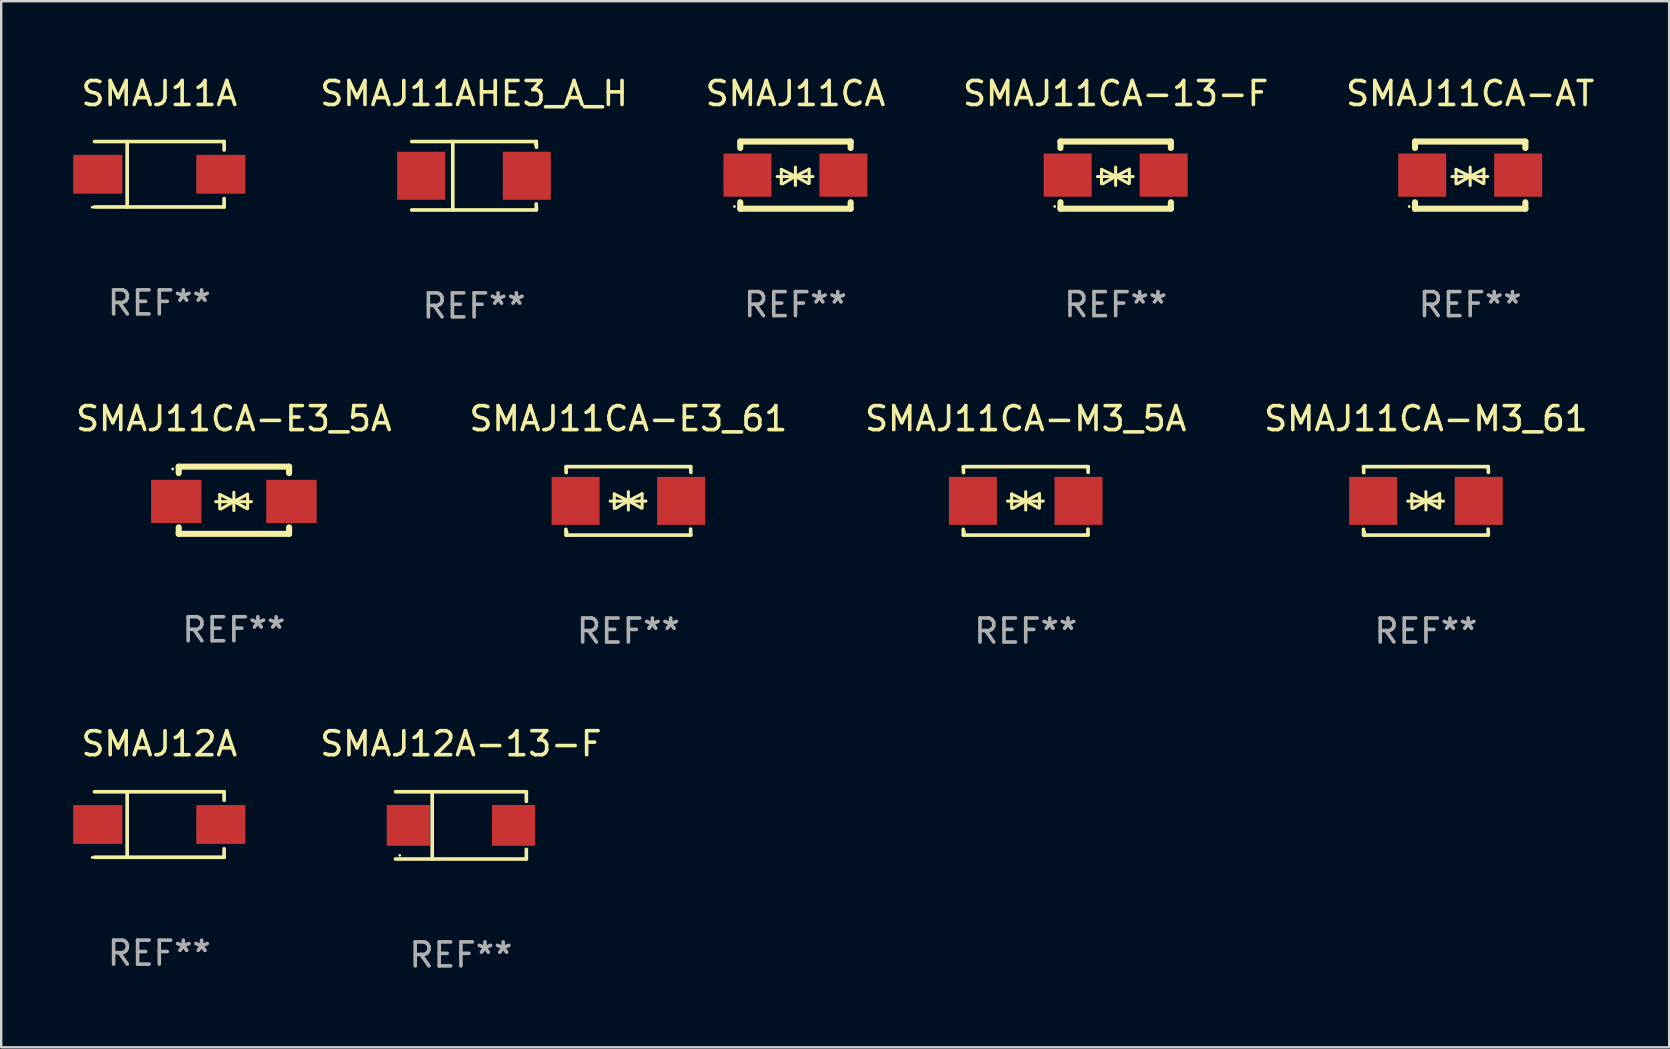
<source format=kicad_pcb>
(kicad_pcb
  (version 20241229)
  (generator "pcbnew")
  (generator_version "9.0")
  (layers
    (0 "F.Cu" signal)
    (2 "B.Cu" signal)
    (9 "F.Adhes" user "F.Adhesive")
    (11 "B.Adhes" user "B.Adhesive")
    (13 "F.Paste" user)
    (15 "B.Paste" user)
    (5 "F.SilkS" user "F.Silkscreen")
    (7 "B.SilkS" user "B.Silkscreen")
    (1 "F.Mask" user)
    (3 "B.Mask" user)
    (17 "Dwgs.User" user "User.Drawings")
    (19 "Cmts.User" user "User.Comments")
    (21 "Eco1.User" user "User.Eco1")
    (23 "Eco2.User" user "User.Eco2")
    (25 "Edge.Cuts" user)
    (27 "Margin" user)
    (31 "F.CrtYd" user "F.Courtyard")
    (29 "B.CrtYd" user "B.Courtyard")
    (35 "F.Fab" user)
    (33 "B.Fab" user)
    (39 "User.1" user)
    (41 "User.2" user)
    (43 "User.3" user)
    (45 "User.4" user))
  (footprint "SMAJ11CA-E3_61"
    (layer "F.Cu")
    (at 23.137 17.823)
    (property "Reference" "SMAJ11CA-E3_61" (at 0 -3.426 0) (layer "F.SilkS") (effects (font (size 1 1) (thickness 0.15))))
    (attr through_hole)
    (fp_line (start -2.596 -1.426) (end 2.596 -1.426) (stroke (width 0.152) (type solid)) (layer "F.SilkS"))
    (fp_line (start -2.596 1.426) (end -2.603 1.187) (stroke (width 0.152) (type solid)) (layer "F.SilkS"))
    (fp_line (start -2.596 1.426) (end 2.596 1.426) (stroke (width 0.152) (type solid)) (layer "F.SilkS"))
    (fp_line (start -2.593 -1.176) (end -2.6 -1.415) (stroke (width 0.152) (type solid)) (layer "F.SilkS"))
    (fp_line (start -0.758 0.011) (end 0.732 0.011) (stroke (width 0.127) (type solid)) (layer "F.SilkS"))
    (fp_line (start -0.588 -0.289) (end -0.588 0.311) (stroke (width 0.127) (type solid)) (layer "F.SilkS"))
    (fp_line (start -0.588 -0.289) (end 0 0) (stroke (width 0.127) (type solid)) (layer "F.SilkS"))
    (fp_line (start -0.528 0.311) (end 0 0) (stroke (width 0.127) (type solid)) (layer "F.SilkS"))
    (fp_line (start 0 0) (end 0 -0.381) (stroke (width 0.127) (type solid)) (layer "F.SilkS"))
    (fp_line (start 0 0) (end 0 0.381) (stroke (width 0.127) (type solid)) (layer "F.SilkS"))
    (fp_line (start 0.542 0.301) (end 0 0) (stroke (width 0.127) (type solid)) (layer "F.SilkS"))
    (fp_line (start 0.572 -0.299) (end 0 0) (stroke (width 0.127) (type solid)) (layer "F.SilkS"))
    (fp_line (start 0.572 -0.299) (end 0.572 0.301) (stroke (width 0.127) (type solid)) (layer "F.SilkS"))
    (fp_line (start 2.593 1.176) (end 2.6 1.415) (stroke (width 0.152) (type solid)) (layer "F.SilkS"))
    (fp_line (start 2.596 -1.426) (end 2.603 -1.187) (stroke (width 0.152) (type solid)) (layer "F.SilkS"))
    (fp_circle (center -2.55 1.3) (end -2.52 1.3) (stroke (width 0.06) (type solid)) (fill no) (layer "F.SilkS"))
    (fp_text user "REF**" (at 0 5.426 0) (layer "F.Fab") (effects (font (size 1 1) (thickness 0.15))))
    (pad "1" smd rect (at -2.2 0 180) (size 2 2) (layers "F.Cu" "F.Mask" "F.Paste"))
    (pad "2" smd rect (at 2.2 0 180) (size 2 2) (layers "F.Cu" "F.Mask" "F.Paste")))
  (footprint "SMAJ11CA-13-F"
    (layer "F.Cu")
    (at 43.445 4.248)
    (property "Reference" "SMAJ11CA-13-F" (at 0 -3.4 0) (layer "F.SilkS") (effects (font (size 1 1) (thickness 0.15))))
    (attr through_hole)
    (fp_line (start -2.3 -1.4) (end -2.3 -1.131) (stroke (width 0.254) (type solid)) (layer "F.SilkS"))
    (fp_line (start -2.3 -1.4) (end 2.3 -1.4) (stroke (width 0.254) (type solid)) (layer "F.SilkS"))
    (fp_line (start -2.3 1.131) (end -2.3 1.4) (stroke (width 0.254) (type solid)) (layer "F.SilkS"))
    (fp_line (start -2.3 1.4) (end 2.3 1.4) (stroke (width 0.254) (type solid)) (layer "F.SilkS"))
    (fp_line (start -0.76 0.06) (end 0.73 0.06) (stroke (width 0.127) (type solid)) (layer "F.SilkS"))
    (fp_line (start -0.59 -0.24) (end -0.59 0.36) (stroke (width 0.127) (type solid)) (layer "F.SilkS"))
    (fp_line (start -0.59 -0.24) (end -0.002 0.049) (stroke (width 0.127) (type solid)) (layer "F.SilkS"))
    (fp_line (start -0.53 0.36) (end -0.002 0.049) (stroke (width 0.127) (type solid)) (layer "F.SilkS"))
    (fp_line (start -0.002 0.049) (end -0.002 -0.332) (stroke (width 0.127) (type solid)) (layer "F.SilkS"))
    (fp_line (start -0.002 0.049) (end -0.002 0.43) (stroke (width 0.127) (type solid)) (layer "F.SilkS"))
    (fp_line (start 0.54 0.35) (end -0.002 0.049) (stroke (width 0.127) (type solid)) (layer "F.SilkS"))
    (fp_line (start 0.57 -0.25) (end -0.002 0.049) (stroke (width 0.127) (type solid)) (layer "F.SilkS"))
    (fp_line (start 0.57 -0.25) (end 0.57 0.35) (stroke (width 0.127) (type solid)) (layer "F.SilkS"))
    (fp_line (start 2.3 -1.4) (end 2.3 -1.131) (stroke (width 0.254) (type solid)) (layer "F.SilkS"))
    (fp_line (start 2.3 1.131) (end 2.3 1.4) (stroke (width 0.254) (type solid)) (layer "F.SilkS"))
    (fp_circle (center -2.542 1.308) (end -2.512 1.308) (stroke (width 0.06) (type solid)) (fill no) (layer "F.SilkS"))
    (fp_text user "REF**" (at 0 5.4 0) (layer "F.Fab") (effects (font (size 1 1) (thickness 0.15))))
    (pad "1" smd rect (at -2 0) (size 2 1.8) (layers "F.Cu" "F.Mask" "F.Paste"))
    (pad "2" smd rect (at 2 0) (size 2 1.8) (layers "F.Cu" "F.Mask" "F.Paste")))
  (footprint "SMAJ11A"
    (layer "F.Cu")
    (at 3.589 4.212)
    (property "Reference" "SMAJ11A" (at 0 -3.364 0) (layer "F.SilkS") (effects (font (size 1 1) (thickness 0.15))))
    (attr through_hole)
    (fp_line (start -2.701 -1.364) (end 2.701 -1.364) (stroke (width 0.152) (type solid)) (layer "F.SilkS"))
    (fp_line (start -2.701 1.364) (end 2.701 1.364) (stroke (width 0.152) (type solid)) (layer "F.SilkS"))
    (fp_line (start -1.339 -1.364) (end -1.339 1.364) (stroke (width 0.152) (type solid)) (layer "F.SilkS"))
    (fp_line (start 2.701 -1.364) (end 2.701 -1.013) (stroke (width 0.152) (type solid)) (layer "F.SilkS"))
    (fp_line (start 2.701 1.364) (end 2.701 1.013) (stroke (width 0.152) (type solid)) (layer "F.SilkS"))
    (fp_circle (center -2.8 1.375) (end -2.77 1.375) (stroke (width 0.06) (type solid)) (fill no) (layer "F.SilkS"))
    (fp_text user "REF**" (at 0 5.364 0) (layer "F.Fab") (effects (font (size 1 1) (thickness 0.15))))
    (pad "1" smd rect (at -2.565 -0.000025) (size 2.046 1.62) (layers "F.Cu" "F.Mask" "F.Paste"))
    (pad "2" smd rect (at 2.565 -0.000025) (size 2.046 1.62) (layers "F.Cu" "F.Mask" "F.Paste")))
  (footprint "SMAJ11AHE3_A_H"
    (layer "F.Cu")
    (at 16.707 4.274)
    (property "Reference" "SMAJ11AHE3_A_H" (at 0 -3.426 0) (layer "F.SilkS") (effects (font (size 1 1) (thickness 0.15))))
    (attr through_hole)
    (fp_line (start -2.6 -1.426) (end 2.593 -1.426) (stroke (width 0.152) (type solid)) (layer "F.SilkS"))
    (fp_line (start -2.6 1.426) (end 2.593 1.426) (stroke (width 0.152) (type solid)) (layer "F.SilkS"))
    (fp_line (start -0.887 -1.426) (end -0.887 1.426) (stroke (width 0.152) (type solid)) (layer "F.SilkS"))
    (fp_line (start 2.59 1.176) (end 2.597 1.415) (stroke (width 0.152) (type solid)) (layer "F.SilkS"))
    (fp_line (start 2.593 -1.426) (end 2.6 -1.187) (stroke (width 0.152) (type solid)) (layer "F.SilkS"))
    (fp_circle (center 2.547 -1.3) (end 2.577 -1.3) (stroke (width 0.06) (type solid)) (fill no) (layer "F.SilkS"))
    (fp_text user "REF**" (at 0 5.426 0) (layer "F.Fab") (effects (font (size 1 1) (thickness 0.15))))
    (pad "1" smd rect (at 2.197 -0.000025 180) (size 2 2) (layers "F.Cu" "F.Mask" "F.Paste"))
    (pad "2" smd rect (at -2.203 -0.000025 180) (size 2 2) (layers "F.Cu" "F.Mask" "F.Paste")))
  (footprint "SMAJ11CA"
    (layer "F.Cu")
    (at 30.1 4.248)
    (property "Reference" "SMAJ11CA" (at 0 -3.4 0) (layer "F.SilkS") (effects (font (size 1 1) (thickness 0.15))))
    (attr through_hole)
    (fp_line (start -2.3 -1.4) (end -2.3 -1.131) (stroke (width 0.254) (type solid)) (layer "F.SilkS"))
    (fp_line (start -2.3 -1.4) (end 2.3 -1.4) (stroke (width 0.254) (type solid)) (layer "F.SilkS"))
    (fp_line (start -2.3 1.131) (end -2.3 1.4) (stroke (width 0.254) (type solid)) (layer "F.SilkS"))
    (fp_line (start -2.3 1.4) (end 2.3 1.4) (stroke (width 0.254) (type solid)) (layer "F.SilkS"))
    (fp_line (start -0.76 0.06) (end 0.73 0.06) (stroke (width 0.127) (type solid)) (layer "F.SilkS"))
    (fp_line (start -0.59 -0.24) (end -0.59 0.36) (stroke (width 0.127) (type solid)) (layer "F.SilkS"))
    (fp_line (start -0.59 -0.24) (end -0.002 0.049) (stroke (width 0.127) (type solid)) (layer "F.SilkS"))
    (fp_line (start -0.53 0.36) (end -0.002 0.049) (stroke (width 0.127) (type solid)) (layer "F.SilkS"))
    (fp_line (start -0.002 0.049) (end -0.002 -0.332) (stroke (width 0.127) (type solid)) (layer "F.SilkS"))
    (fp_line (start -0.002 0.049) (end -0.002 0.43) (stroke (width 0.127) (type solid)) (layer "F.SilkS"))
    (fp_line (start 0.54 0.35) (end -0.002 0.049) (stroke (width 0.127) (type solid)) (layer "F.SilkS"))
    (fp_line (start 0.57 -0.25) (end -0.002 0.049) (stroke (width 0.127) (type solid)) (layer "F.SilkS"))
    (fp_line (start 0.57 -0.25) (end 0.57 0.35) (stroke (width 0.127) (type solid)) (layer "F.SilkS"))
    (fp_line (start 2.3 -1.4) (end 2.3 -1.131) (stroke (width 0.254) (type solid)) (layer "F.SilkS"))
    (fp_line (start 2.3 1.131) (end 2.3 1.4) (stroke (width 0.254) (type solid)) (layer "F.SilkS"))
    (fp_circle (center -2.542 1.308) (end -2.512 1.308) (stroke (width 0.06) (type solid)) (fill no) (layer "F.SilkS"))
    (fp_text user "REF**" (at 0 5.4 0) (layer "F.Fab") (effects (font (size 1 1) (thickness 0.15))))
    (pad "1" smd rect (at -2 0) (size 2 1.8) (layers "F.Cu" "F.Mask" "F.Paste"))
    (pad "2" smd rect (at 2 0) (size 2 1.8) (layers "F.Cu" "F.Mask" "F.Paste")))
  (footprint "SMAJ11CA-M3_5A"
    (layer "F.Cu")
    (at 39.696 17.823)
    (property "Reference" "SMAJ11CA-M3_5A" (at 0 -3.426 0) (layer "F.SilkS") (effects (font (size 1 1) (thickness 0.15))))
    (attr through_hole)
    (fp_line (start -2.596 -1.426) (end 2.596 -1.426) (stroke (width 0.152) (type solid)) (layer "F.SilkS"))
    (fp_line (start -2.596 1.426) (end -2.603 1.187) (stroke (width 0.152) (type solid)) (layer "F.SilkS"))
    (fp_line (start -2.596 1.426) (end 2.596 1.426) (stroke (width 0.152) (type solid)) (layer "F.SilkS"))
    (fp_line (start -2.593 -1.176) (end -2.6 -1.415) (stroke (width 0.152) (type solid)) (layer "F.SilkS"))
    (fp_line (start -0.758 0.011) (end 0.732 0.011) (stroke (width 0.127) (type solid)) (layer "F.SilkS"))
    (fp_line (start -0.588 -0.289) (end -0.588 0.311) (stroke (width 0.127) (type solid)) (layer "F.SilkS"))
    (fp_line (start -0.588 -0.289) (end 0 0) (stroke (width 0.127) (type solid)) (layer "F.SilkS"))
    (fp_line (start -0.528 0.311) (end 0 0) (stroke (width 0.127) (type solid)) (layer "F.SilkS"))
    (fp_line (start 0 0) (end 0 -0.381) (stroke (width 0.127) (type solid)) (layer "F.SilkS"))
    (fp_line (start 0 0) (end 0 0.381) (stroke (width 0.127) (type solid)) (layer "F.SilkS"))
    (fp_line (start 0.542 0.301) (end 0 0) (stroke (width 0.127) (type solid)) (layer "F.SilkS"))
    (fp_line (start 0.572 -0.299) (end 0 0) (stroke (width 0.127) (type solid)) (layer "F.SilkS"))
    (fp_line (start 0.572 -0.299) (end 0.572 0.301) (stroke (width 0.127) (type solid)) (layer "F.SilkS"))
    (fp_line (start 2.593 1.176) (end 2.6 1.415) (stroke (width 0.152) (type solid)) (layer "F.SilkS"))
    (fp_line (start 2.596 -1.426) (end 2.603 -1.187) (stroke (width 0.152) (type solid)) (layer "F.SilkS"))
    (fp_circle (center -2.55 1.3) (end -2.52 1.3) (stroke (width 0.06) (type solid)) (fill no) (layer "F.SilkS"))
    (fp_text user "REF**" (at 0 5.426 0) (layer "F.Fab") (effects (font (size 1 1) (thickness 0.15))))
    (pad "1" smd rect (at -2.2 0 180) (size 2 2) (layers "F.Cu" "F.Mask" "F.Paste"))
    (pad "2" smd rect (at 2.2 0 180) (size 2 2) (layers "F.Cu" "F.Mask" "F.Paste")))
  (footprint "SMAJ12A"
    (layer "F.Cu")
    (at 3.589 31.31)
    (property "Reference" "SMAJ12A" (at 0 -3.364 0) (layer "F.SilkS") (effects (font (size 1 1) (thickness 0.15))))
    (attr through_hole)
    (fp_line (start -2.701 -1.364) (end 2.701 -1.364) (stroke (width 0.152) (type solid)) (layer "F.SilkS"))
    (fp_line (start -2.701 1.364) (end 2.701 1.364) (stroke (width 0.152) (type solid)) (layer "F.SilkS"))
    (fp_line (start -1.339 -1.364) (end -1.339 1.364) (stroke (width 0.152) (type solid)) (layer "F.SilkS"))
    (fp_line (start 2.701 -1.364) (end 2.701 -1.013) (stroke (width 0.152) (type solid)) (layer "F.SilkS"))
    (fp_line (start 2.701 1.364) (end 2.701 1.013) (stroke (width 0.152) (type solid)) (layer "F.SilkS"))
    (fp_circle (center -2.8 1.375) (end -2.77 1.375) (stroke (width 0.06) (type solid)) (fill no) (layer "F.SilkS"))
    (fp_text user "REF**" (at 0 5.364 0) (layer "F.Fab") (effects (font (size 1 1) (thickness 0.15))))
    (pad "1" smd rect (at -2.565 -0.000025) (size 2.046 1.62) (layers "F.Cu" "F.Mask" "F.Paste"))
    (pad "2" smd rect (at 2.565 -0.000025) (size 2.046 1.62) (layers "F.Cu" "F.Mask" "F.Paste")))
  (footprint "SMAJ11CA-AT"
    (layer "F.Cu")
    (at 58.219 4.248)
    (property "Reference" "SMAJ11CA-AT" (at 0 -3.4 0) (layer "F.SilkS") (effects (font (size 1 1) (thickness 0.15))))
    (attr through_hole)
    (fp_line (start -2.3 -1.4) (end -2.3 -1.131) (stroke (width 0.254) (type solid)) (layer "F.SilkS"))
    (fp_line (start -2.3 -1.4) (end 2.3 -1.4) (stroke (width 0.254) (type solid)) (layer "F.SilkS"))
    (fp_line (start -2.3 1.131) (end -2.3 1.4) (stroke (width 0.254) (type solid)) (layer "F.SilkS"))
    (fp_line (start -2.3 1.4) (end 2.3 1.4) (stroke (width 0.254) (type solid)) (layer "F.SilkS"))
    (fp_line (start -0.76 0.06) (end 0.73 0.06) (stroke (width 0.127) (type solid)) (layer "F.SilkS"))
    (fp_line (start -0.59 -0.24) (end -0.59 0.36) (stroke (width 0.127) (type solid)) (layer "F.SilkS"))
    (fp_line (start -0.59 -0.24) (end -0.002 0.049) (stroke (width 0.127) (type solid)) (layer "F.SilkS"))
    (fp_line (start -0.53 0.36) (end -0.002 0.049) (stroke (width 0.127) (type solid)) (layer "F.SilkS"))
    (fp_line (start -0.002 0.049) (end -0.002 -0.332) (stroke (width 0.127) (type solid)) (layer "F.SilkS"))
    (fp_line (start -0.002 0.049) (end -0.002 0.43) (stroke (width 0.127) (type solid)) (layer "F.SilkS"))
    (fp_line (start 0.54 0.35) (end -0.002 0.049) (stroke (width 0.127) (type solid)) (layer "F.SilkS"))
    (fp_line (start 0.57 -0.25) (end -0.002 0.049) (stroke (width 0.127) (type solid)) (layer "F.SilkS"))
    (fp_line (start 0.57 -0.25) (end 0.57 0.35) (stroke (width 0.127) (type solid)) (layer "F.SilkS"))
    (fp_line (start 2.3 -1.4) (end 2.3 -1.131) (stroke (width 0.254) (type solid)) (layer "F.SilkS"))
    (fp_line (start 2.3 1.131) (end 2.3 1.4) (stroke (width 0.254) (type solid)) (layer "F.SilkS"))
    (fp_circle (center -2.542 1.308) (end -2.512 1.308) (stroke (width 0.06) (type solid)) (fill no) (layer "F.SilkS"))
    (fp_text user "REF**" (at 0 5.4 0) (layer "F.Fab") (effects (font (size 1 1) (thickness 0.15))))
    (pad "1" smd rect (at -2 0) (size 2 1.8) (layers "F.Cu" "F.Mask" "F.Paste"))
    (pad "2" smd rect (at 2 0) (size 2 1.8) (layers "F.Cu" "F.Mask" "F.Paste")))
  (footprint "SMAJ12A-13-F"
    (layer "F.Cu")
    (at 16.159 31.347)
    (property "Reference" "SMAJ12A-13-F" (at 0 -3.401 0) (layer "F.SilkS") (effects (font (size 1 1) (thickness 0.15))))
    (attr through_hole)
    (fp_line (start -2.726 -1.401) (end 2.726 -1.401) (stroke (width 0.152) (type solid)) (layer "F.SilkS"))
    (fp_line (start -2.726 1.401) (end 2.726 1.401) (stroke (width 0.152) (type solid)) (layer "F.SilkS"))
    (fp_line (start -1.197 -1.401) (end -1.197 1.401) (stroke (width 0.152) (type solid)) (layer "F.SilkS"))
    (fp_line (start 2.726 -1.401) (end 2.726 -1) (stroke (width 0.152) (type solid)) (layer "F.SilkS"))
    (fp_line (start 2.726 1.401) (end 2.726 1) (stroke (width 0.152) (type solid)) (layer "F.SilkS"))
    (fp_circle (center -2.55 1.25) (end -2.52 1.25) (stroke (width 0.06) (type solid)) (fill no) (layer "F.SilkS"))
    (fp_text user "REF**" (at 0 5.401 0) (layer "F.Fab") (effects (font (size 1 1) (thickness 0.15))))
    (pad "1" smd rect (at -2.192 0) (size 1.8 1.7) (layers "F.Cu" "F.Mask" "F.Paste"))
    (pad "2" smd rect (at 2.192 0) (size 1.8 1.7) (layers "F.Cu" "F.Mask" "F.Paste")))
  (footprint "SMAJ11CA-E3_5A"
    (layer "F.Cu")
    (at 6.696 17.797)
    (property "Reference" "SMAJ11CA-E3_5A" (at 0 -3.4 0) (layer "F.SilkS") (effects (font (size 1 1) (thickness 0.15))))
    (attr through_hole)
    (fp_line (start -2.298 -1.4) (end -2.298 -1.131) (stroke (width 0.254) (type solid)) (layer "F.SilkS"))
    (fp_line (start -2.298 -1.4) (end 2.302 -1.4) (stroke (width 0.254) (type solid)) (layer "F.SilkS"))
    (fp_line (start -2.298 1.131) (end -2.298 1.4) (stroke (width 0.254) (type solid)) (layer "F.SilkS"))
    (fp_line (start -2.298 1.4) (end 2.302 1.4) (stroke (width 0.254) (type solid)) (layer "F.SilkS"))
    (fp_line (start -0.758 0.06) (end 0.732 0.06) (stroke (width 0.127) (type solid)) (layer "F.SilkS"))
    (fp_line (start -0.588 -0.24) (end -0.588 0.36) (stroke (width 0.127) (type solid)) (layer "F.SilkS"))
    (fp_line (start -0.588 -0.24) (end 0.000025 0.049) (stroke (width 0.127) (type solid)) (layer "F.SilkS"))
    (fp_line (start -0.528 0.36) (end 0.000025 0.049) (stroke (width 0.127) (type solid)) (layer "F.SilkS"))
    (fp_line (start 0.000025 0.049) (end 0.000025 -0.332) (stroke (width 0.127) (type solid)) (layer "F.SilkS"))
    (fp_line (start 0.000025 0.049) (end 0.000025 0.43) (stroke (width 0.127) (type solid)) (layer "F.SilkS"))
    (fp_line (start 0.542 0.35) (end 0.000025 0.049) (stroke (width 0.127) (type solid)) (layer "F.SilkS"))
    (fp_line (start 0.572 -0.25) (end 0.000025 0.049) (stroke (width 0.127) (type solid)) (layer "F.SilkS"))
    (fp_line (start 0.572 -0.25) (end 0.572 0.35) (stroke (width 0.127) (type solid)) (layer "F.SilkS"))
    (fp_line (start 2.302 -1.4) (end 2.302 -1.131) (stroke (width 0.254) (type solid)) (layer "F.SilkS"))
    (fp_line (start 2.302 1.131) (end 2.302 1.4) (stroke (width 0.254) (type solid)) (layer "F.SilkS"))
    (fp_circle (center -2.549 -1.301) (end -2.519 -1.301) (stroke (width 0.06) (type solid)) (fill no) (layer "F.SilkS"))
    (fp_text user "REF**" (at 0 5.4 0) (layer "F.Fab") (effects (font (size 1 1) (thickness 0.15))))
    (pad "1" smd rect (at -2.4 0.049) (size 2.1 1.8) (layers "F.Cu" "F.Mask" "F.Paste"))
    (pad "2" smd rect (at 2.4 0.049) (size 2.1 1.8) (layers "F.Cu" "F.Mask" "F.Paste")))
  (footprint "SMAJ11CA-M3_61"
    (layer "F.Cu")
    (at 56.375 17.823)
    (property "Reference" "SMAJ11CA-M3_61" (at 0 -3.426 0) (layer "F.SilkS") (effects (font (size 1 1) (thickness 0.15))))
    (attr through_hole)
    (fp_line (start -2.596 -1.426) (end 2.596 -1.426) (stroke (width 0.152) (type solid)) (layer "F.SilkS"))
    (fp_line (start -2.596 1.426) (end -2.603 1.187) (stroke (width 0.152) (type solid)) (layer "F.SilkS"))
    (fp_line (start -2.596 1.426) (end 2.596 1.426) (stroke (width 0.152) (type solid)) (layer "F.SilkS"))
    (fp_line (start -2.593 -1.176) (end -2.6 -1.415) (stroke (width 0.152) (type solid)) (layer "F.SilkS"))
    (fp_line (start -0.758 0.011) (end 0.732 0.011) (stroke (width 0.127) (type solid)) (layer "F.SilkS"))
    (fp_line (start -0.588 -0.289) (end -0.588 0.311) (stroke (width 0.127) (type solid)) (layer "F.SilkS"))
    (fp_line (start -0.588 -0.289) (end 0 0) (stroke (width 0.127) (type solid)) (layer "F.SilkS"))
    (fp_line (start -0.528 0.311) (end 0 0) (stroke (width 0.127) (type solid)) (layer "F.SilkS"))
    (fp_line (start 0 0) (end 0 -0.381) (stroke (width 0.127) (type solid)) (layer "F.SilkS"))
    (fp_line (start 0 0) (end 0 0.381) (stroke (width 0.127) (type solid)) (layer "F.SilkS"))
    (fp_line (start 0.542 0.301) (end 0 0) (stroke (width 0.127) (type solid)) (layer "F.SilkS"))
    (fp_line (start 0.572 -0.299) (end 0 0) (stroke (width 0.127) (type solid)) (layer "F.SilkS"))
    (fp_line (start 0.572 -0.299) (end 0.572 0.301) (stroke (width 0.127) (type solid)) (layer "F.SilkS"))
    (fp_line (start 2.593 1.176) (end 2.6 1.415) (stroke (width 0.152) (type solid)) (layer "F.SilkS"))
    (fp_line (start 2.596 -1.426) (end 2.603 -1.187) (stroke (width 0.152) (type solid)) (layer "F.SilkS"))
    (fp_circle (center -2.55 1.3) (end -2.52 1.3) (stroke (width 0.06) (type solid)) (fill no) (layer "F.SilkS"))
    (fp_text user "REF**" (at 0 5.426 0) (layer "F.Fab") (effects (font (size 1 1) (thickness 0.15))))
    (pad "1" smd rect (at -2.2 0 180) (size 2 2) (layers "F.Cu" "F.Mask" "F.Paste"))
    (pad "2" smd rect (at 2.2 0 180) (size 2 2) (layers "F.Cu" "F.Mask" "F.Paste")))
  (gr_rect
    (start -3 -3)
    (end 66.511 40.597)
    (stroke (width 0.1) (type default))
    (fill no)
    (layer "Edge.Cuts")))
</source>
